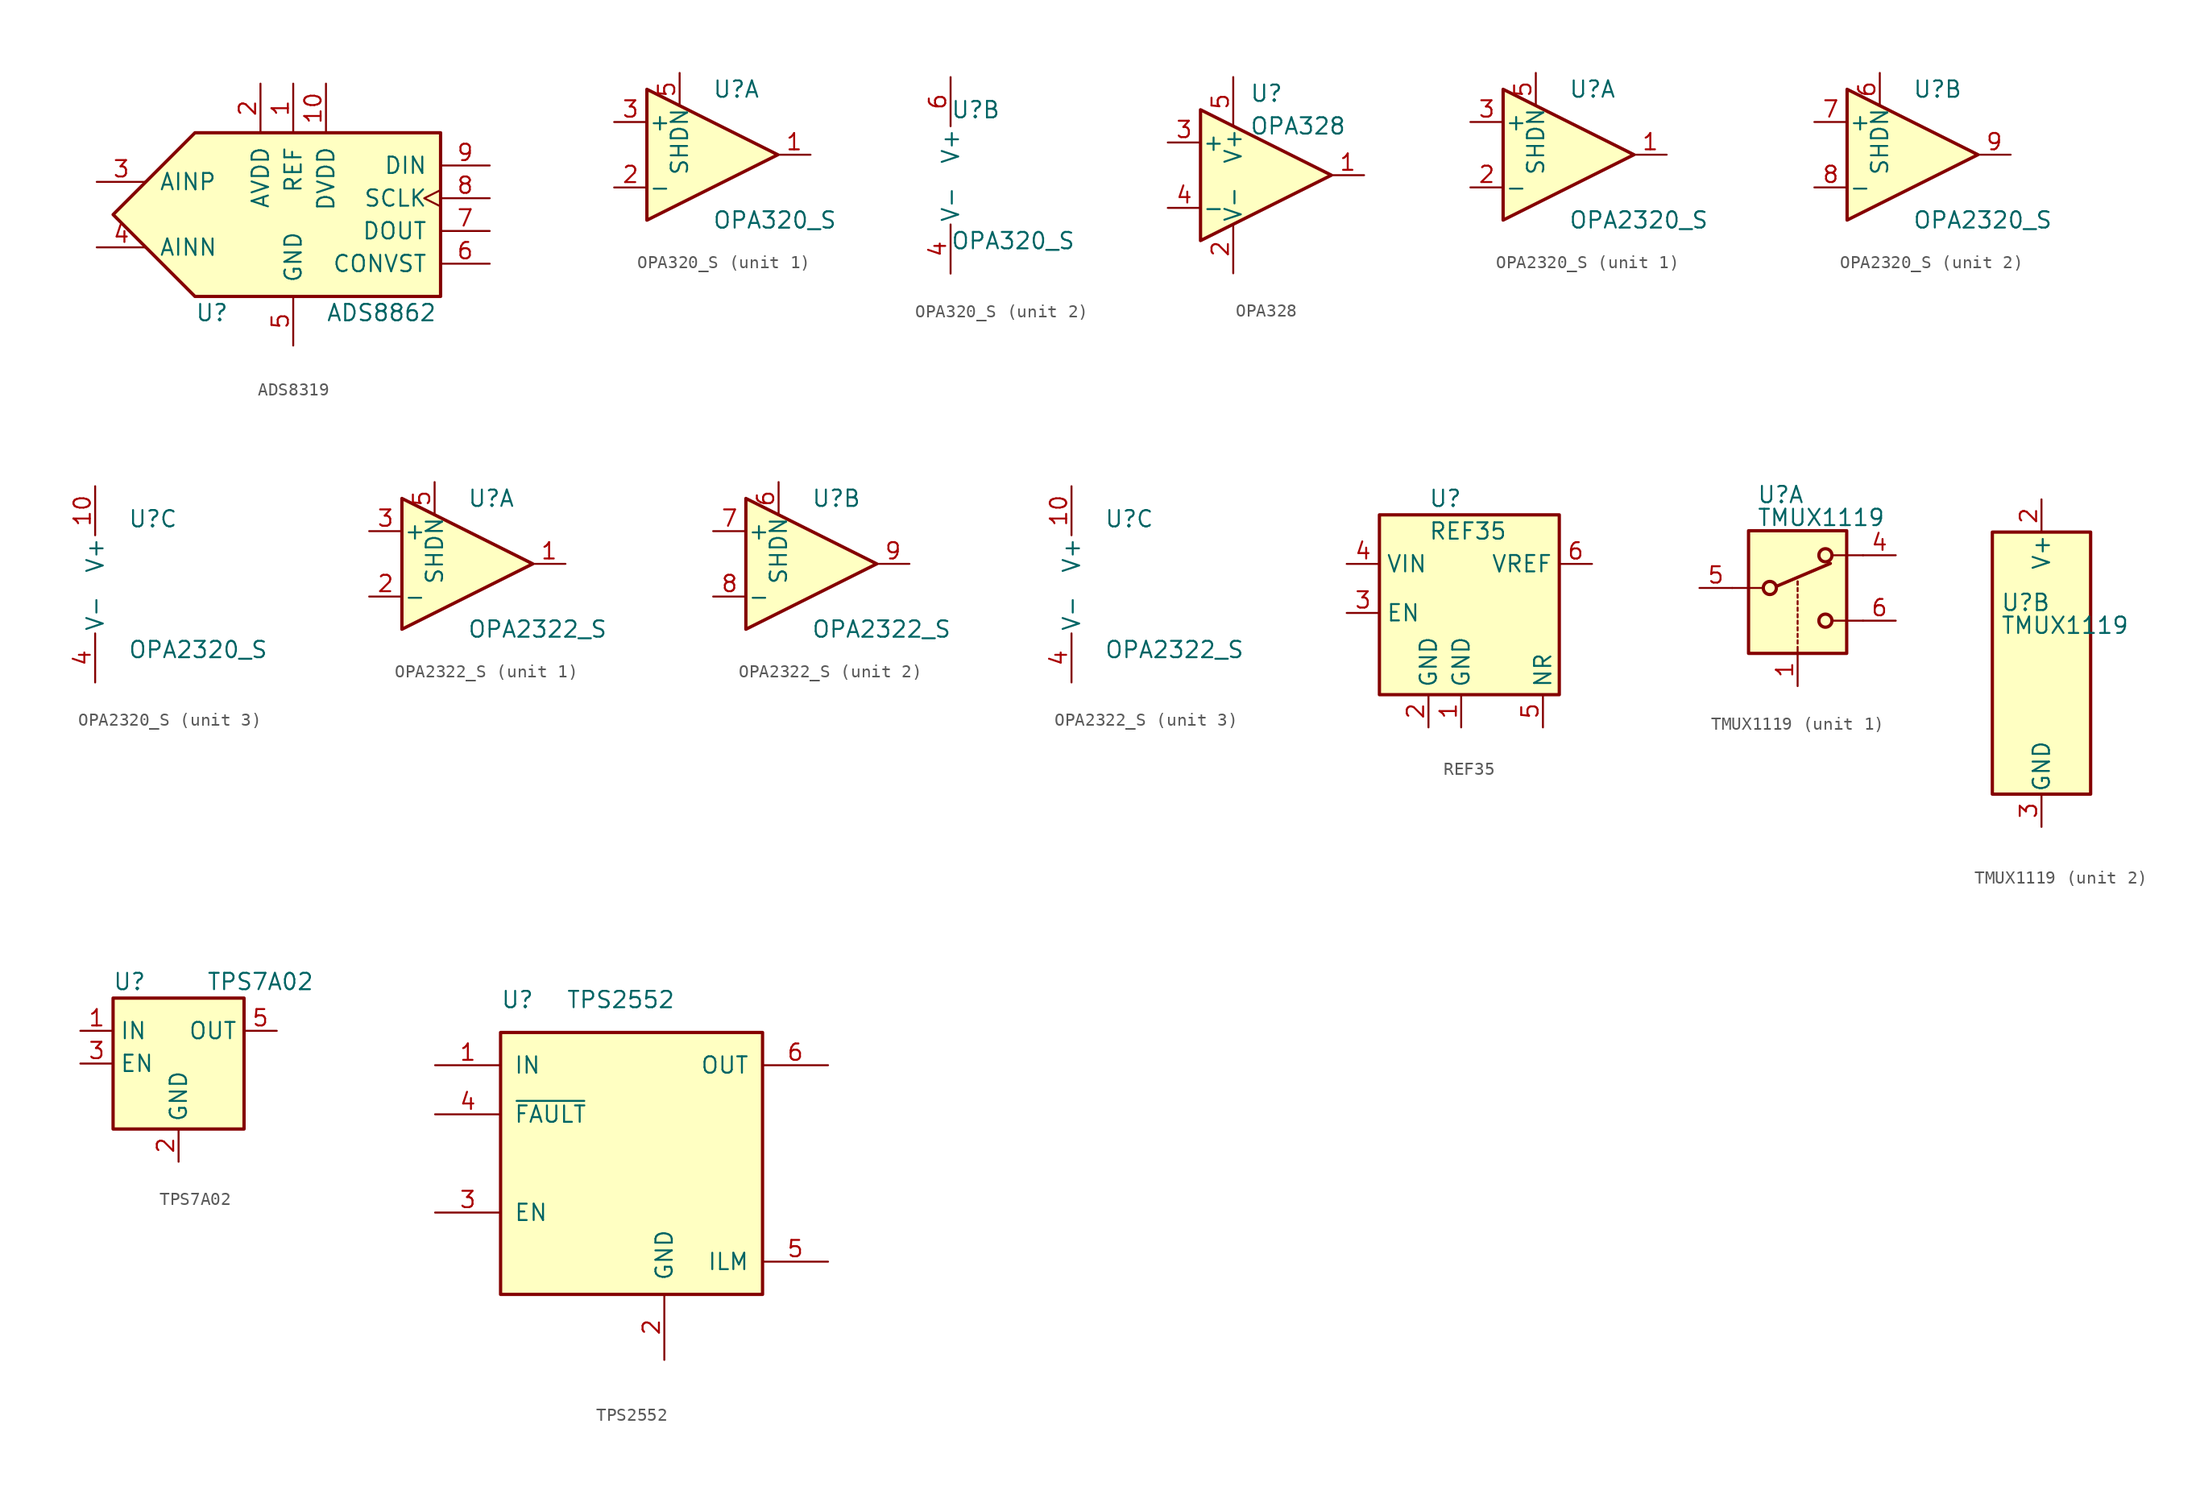
<source format=kicad_sym>
(kicad_symbol_lib
  (version 20220914)
  (generator kicad_symbol_editor)
  (symbol "ADS8319"
    (pin_names
      (offset 1.016))
    (property "Reference" "U"
      (at -7.62 -7.62 0)
      (effects (font (size 1.27 1.27)) (justify left)))
    (property "Value" "ADS8862"
      (at 2.54 -7.62 0)
      (effects (font (size 1.27 1.27)) (justify left)))
    (symbol "ADS8319_0_1"
      (polyline (pts (xy -13.97 0) (xy -7.62 6.35) (xy 11.43 6.35) (xy 11.43 -6.35) (xy -7.62 -6.35) (xy -13.97 0)) (stroke (width 0.254) (type default)) (fill (type background))))
    (symbol "ADS8319_1_1"
      (pin power_in line (at 0 10.16 270) (length 3.81) (name "REF" (effects (font (size 1.27 1.27)))) (number "1" (effects (font (size 1.27 1.27)))))
      (pin power_in line (at 2.54 10.16 270) (length 3.81) (name "DVDD" (effects (font (size 1.27 1.27)))) (number "10" (effects (font (size 1.27 1.27)))))
      (pin power_in line (at -2.54 10.16 270) (length 3.81) (name "AVDD" (effects (font (size 1.27 1.27)))) (number "2" (effects (font (size 1.27 1.27)))))
      (pin input line (at -15.24 2.54 0) (length 3.81) (name "AINP" (effects (font (size 1.27 1.27)))) (number "3" (effects (font (size 1.27 1.27)))))
      (pin input line (at -15.24 -2.54 0) (length 3.81) (name "AINN" (effects (font (size 1.27 1.27)))) (number "4" (effects (font (size 1.27 1.27)))))
      (pin power_in line (at 0 -10.16 90) (length 3.81) (name "GND" (effects (font (size 1.27 1.27)))) (number "5" (effects (font (size 1.27 1.27)))))
      (pin input line (at 15.24 -3.81 180) (length 3.81) (name "CONVST" (effects (font (size 1.27 1.27)))) (number "6" (effects (font (size 1.27 1.27)))))
      (pin input line (at 15.24 -1.27 180) (length 3.81) (name "DOUT" (effects (font (size 1.27 1.27)))) (number "7" (effects (font (size 1.27 1.27)))))
      (pin input clock (at 15.24 1.27 180) (length 3.81) (name "SCLK" (effects (font (size 1.27 1.27)))) (number "8" (effects (font (size 1.27 1.27)))))
      (pin output line (at 15.24 3.81 180) (length 3.81) (name "DIN" (effects (font (size 1.27 1.27)))) (number "9" (effects (font (size 1.27 1.27)))))))
  (symbol "OPA320_S"
    (pin_names
      (offset 0.127))
    (property "Reference" "U"
      (at 0 5.08 0)
      (effects (font (size 1.27 1.27)) (justify left)))
    (property "Value" "OPA320_S"
      (at 0 -5.08 0)
      (effects (font (size 1.27 1.27)) (justify left)))
    (property "ki_locked" ""
      (at 0 0 0)
      (effects (font (size 1.27 1.27))))
    (symbol "OPA320_S_1_1"
      (polyline (pts (xy -5.08 5.08) (xy 5.08 0) (xy -5.08 -5.08) (xy -5.08 5.08)) (stroke (width 0.254) (type default)) (fill (type background)))
      (pin output line (at 7.62 0 180) (length 2.54) (name "~" (effects (font (size 1.27 1.27)))) (number "1" (effects (font (size 1.27 1.27)))))
      (pin input line (at -7.62 -2.54 0) (length 2.54) (name "-" (effects (font (size 1.27 1.27)))) (number "2" (effects (font (size 1.27 1.27)))))
      (pin input line (at -7.62 2.54 0) (length 2.54) (name "+" (effects (font (size 1.27 1.27)))) (number "3" (effects (font (size 1.27 1.27)))))
      (pin input line (at -2.54 6.35 270) (length 2.54) (name "SHDN" (effects (font (size 1.27 1.27)))) (number "5" (effects (font (size 1.27 1.27))))))
    (symbol "OPA320_S_2_1"
      (pin power_in line (at 0 -7.62 90) (length 3.81) (name "V-" (effects (font (size 1.27 1.27)))) (number "4" (effects (font (size 1.27 1.27)))))
      (pin power_in line (at 0 7.62 270) (length 3.81) (name "V+" (effects (font (size 1.27 1.27)))) (number "6" (effects (font (size 1.27 1.27)))))))
  (symbol "OPA328"
    (pin_names
      (offset 0.127))
    (property "Reference" "U"
      (at -1.27 6.35 0)
      (effects (font (size 1.27 1.27)) (justify left)))
    (property "Value" "OPA328"
      (at -1.27 3.81 0)
      (effects (font (size 1.27 1.27)) (justify left)))
    (symbol "OPA328_0_1"
      (polyline (pts (xy -5.08 5.08) (xy 5.08 0) (xy -5.08 -5.08) (xy -5.08 5.08)) (stroke (width 0.254) (type default)) (fill (type background)))
      (pin power_in line (at -2.54 -7.62 90) (length 3.81) (name "V-" (effects (font (size 1.27 1.27)))) (number "2" (effects (font (size 1.27 1.27)))))
      (pin power_in line (at -2.54 7.62 270) (length 3.81) (name "V+" (effects (font (size 1.27 1.27)))) (number "5" (effects (font (size 1.27 1.27))))))
    (symbol "OPA328_1_1"
      (pin output line (at 7.62 0 180) (length 2.54) (name "~" (effects (font (size 1.27 1.27)))) (number "1" (effects (font (size 1.27 1.27)))))
      (pin input line (at -7.62 2.54 0) (length 2.54) (name "+" (effects (font (size 1.27 1.27)))) (number "3" (effects (font (size 1.27 1.27)))))
      (pin input line (at -7.62 -2.54 0) (length 2.54) (name "-" (effects (font (size 1.27 1.27)))) (number "4" (effects (font (size 1.27 1.27)))))))
  (symbol "OPA2320_S"
    (pin_names
      (offset 0.127))
    (property "Reference" "U"
      (at 0 5.08 0)
      (effects (font (size 1.27 1.27)) (justify left)))
    (property "Value" "OPA2320_S"
      (at 0 -5.08 0)
      (effects (font (size 1.27 1.27)) (justify left)))
    (property "ki_locked" ""
      (at 0 0 0)
      (effects (font (size 1.27 1.27))))
    (symbol "OPA2320_S_1_1"
      (polyline (pts (xy -5.08 5.08) (xy 5.08 0) (xy -5.08 -5.08) (xy -5.08 5.08)) (stroke (width 0.254) (type default)) (fill (type background)))
      (pin output line (at 7.62 0 180) (length 2.54) (name "~" (effects (font (size 1.27 1.27)))) (number "1" (effects (font (size 1.27 1.27)))))
      (pin input line (at -7.62 -2.54 0) (length 2.54) (name "-" (effects (font (size 1.27 1.27)))) (number "2" (effects (font (size 1.27 1.27)))))
      (pin input line (at -7.62 2.54 0) (length 2.54) (name "+" (effects (font (size 1.27 1.27)))) (number "3" (effects (font (size 1.27 1.27)))))
      (pin input line (at -2.54 6.35 270) (length 2.54) (name "SHDN" (effects (font (size 1.27 1.27)))) (number "5" (effects (font (size 1.27 1.27))))))
    (symbol "OPA2320_S_2_1"
      (polyline (pts (xy -5.08 5.08) (xy 5.08 0) (xy -5.08 -5.08) (xy -5.08 5.08)) (stroke (width 0.254) (type default)) (fill (type background)))
      (pin output line (at -2.54 6.35 270) (length 2.54) (name "SHDN" (effects (font (size 1.27 1.27)))) (number "6" (effects (font (size 1.27 1.27)))))
      (pin input line (at -7.62 2.54 0) (length 2.54) (name "+" (effects (font (size 1.27 1.27)))) (number "7" (effects (font (size 1.27 1.27)))))
      (pin input line (at -7.62 -2.54 0) (length 2.54) (name "-" (effects (font (size 1.27 1.27)))) (number "8" (effects (font (size 1.27 1.27)))))
      (pin output line (at 7.62 0 180) (length 2.54) (name "~" (effects (font (size 1.27 1.27)))) (number "9" (effects (font (size 1.27 1.27))))))
    (symbol "OPA2320_S_3_1"
      (pin power_in line (at -2.54 7.62 270) (length 3.81) (name "V+" (effects (font (size 1.27 1.27)))) (number "10" (effects (font (size 1.27 1.27)))))
      (pin power_in line (at -2.54 -7.62 90) (length 3.81) (name "V-" (effects (font (size 1.27 1.27)))) (number "4" (effects (font (size 1.27 1.27)))))))
  (symbol "OPA2322_S"
    (pin_names
      (offset 0.127))
    (property "Reference" "U"
      (at 0 5.08 0)
      (effects (font (size 1.27 1.27)) (justify left)))
    (property "Value" "OPA2322_S"
      (at 0 -5.08 0)
      (effects (font (size 1.27 1.27)) (justify left)))
    (property "ki_locked" ""
      (at 0 0 0)
      (effects (font (size 1.27 1.27))))
    (symbol "OPA2322_S_1_1"
      (polyline (pts (xy -5.08 5.08) (xy 5.08 0) (xy -5.08 -5.08) (xy -5.08 5.08)) (stroke (width 0.254) (type default)) (fill (type background)))
      (pin output line (at 7.62 0 180) (length 2.54) (name "~" (effects (font (size 1.27 1.27)))) (number "1" (effects (font (size 1.27 1.27)))))
      (pin input line (at -7.62 -2.54 0) (length 2.54) (name "-" (effects (font (size 1.27 1.27)))) (number "2" (effects (font (size 1.27 1.27)))))
      (pin input line (at -7.62 2.54 0) (length 2.54) (name "+" (effects (font (size 1.27 1.27)))) (number "3" (effects (font (size 1.27 1.27)))))
      (pin input line (at -2.54 6.35 270) (length 2.54) (name "SHDN" (effects (font (size 1.27 1.27)))) (number "5" (effects (font (size 1.27 1.27))))))
    (symbol "OPA2322_S_2_1"
      (polyline (pts (xy -5.08 5.08) (xy 5.08 0) (xy -5.08 -5.08) (xy -5.08 5.08)) (stroke (width 0.254) (type default)) (fill (type background)))
      (pin output line (at -2.54 6.35 270) (length 2.54) (name "SHDN" (effects (font (size 1.27 1.27)))) (number "6" (effects (font (size 1.27 1.27)))))
      (pin input line (at -7.62 2.54 0) (length 2.54) (name "+" (effects (font (size 1.27 1.27)))) (number "7" (effects (font (size 1.27 1.27)))))
      (pin input line (at -7.62 -2.54 0) (length 2.54) (name "-" (effects (font (size 1.27 1.27)))) (number "8" (effects (font (size 1.27 1.27)))))
      (pin output line (at 7.62 0 180) (length 2.54) (name "~" (effects (font (size 1.27 1.27)))) (number "9" (effects (font (size 1.27 1.27))))))
    (symbol "OPA2322_S_3_1"
      (pin power_in line (at -2.54 7.62 270) (length 3.81) (name "V+" (effects (font (size 1.27 1.27)))) (number "10" (effects (font (size 1.27 1.27)))))
      (pin power_in line (at -2.54 -7.62 90) (length 3.81) (name "V-" (effects (font (size 1.27 1.27)))) (number "4" (effects (font (size 1.27 1.27)))))))
  (symbol "REF35"
    (property "Reference" "U"
      (at -2.54 8.89 0)
      (effects (font (size 1.27 1.27)) (justify left)))
    (property "Value" "REF35"
      (at -2.54 6.35 0)
      (effects (font (size 1.27 1.27)) (justify left)))
    (symbol "REF35_0_1"
      (rectangle (start -6.35 7.62) (end 7.62 -6.35) (stroke (width 0.254) (type default)) (fill (type background))))
    (symbol "REF35_1_1"
      (pin power_in line (at 0 -8.89 90) (length 2.54) (name "GND" (effects (font (size 1.27 1.27)))) (number "1" (effects (font (size 1.27 1.27)))))
      (pin no_connect line (at 2.54 -5.08 90) (length 2.54) hide (name "NC" (effects (font (size 1.27 1.27)))) (number "1" (effects (font (size 1.27 1.27)))))
      (pin power_in line (at -2.54 -8.89 90) (length 2.54) (name "GND" (effects (font (size 1.27 1.27)))) (number "2" (effects (font (size 1.27 1.27)))))
      (pin input line (at -8.89 0 0) (length 2.54) (name "EN" (effects (font (size 1.27 1.27)))) (number "3" (effects (font (size 1.27 1.27)))))
      (pin power_in line (at -8.89 3.81 0) (length 2.54) (name "VIN" (effects (font (size 1.27 1.27)))) (number "4" (effects (font (size 1.27 1.27)))))
      (pin passive line (at 6.35 -8.89 90) (length 2.54) (name "NR" (effects (font (size 1.27 1.27)))) (number "5" (effects (font (size 1.27 1.27)))))
      (pin power_out line (at 10.16 3.81 180) (length 2.54) (name "VREF" (effects (font (size 1.27 1.27)))) (number "6" (effects (font (size 1.27 1.27)))))))
  (symbol "TMUX1119"
    (pin_names
      (offset 0.127))
    (property "Reference" "U"
      (at -3.175 4.699 0)
      (effects (font (size 1.27 1.27)) (justify left)))
    (property "Value" "TMUX1119"
      (at -3.175 2.921 0)
      (effects (font (size 1.27 1.27)) (justify left)))
    (symbol "TMUX1119_1_1"
      (rectangle (start -3.81 1.905) (end 3.81 -7.62) (stroke (width 0.254) (type default)) (fill (type background)))
      (circle (center -2.159 -2.54) (radius 0.508) (stroke (width 0.254) (type default)) (fill (type none)))
      (polyline (pts (xy -5.08 -2.54) (xy -2.794 -2.54)) (stroke (width 0) (type default)) (fill (type none)))
      (polyline (pts (xy -1.651 -2.413) (xy 2.54 -0.635)) (stroke (width 0.254) (type default)) (fill (type none)))
      (polyline (pts (xy 0 -7.62) (xy 0 -7.112)) (stroke (width 0) (type default)) (fill (type none)))
      (polyline (pts (xy 0 -6.858) (xy 0 -6.604)) (stroke (width 0) (type default)) (fill (type none)))
      (polyline (pts (xy 0 -6.35) (xy 0 -6.096)) (stroke (width 0) (type default)) (fill (type none)))
      (polyline (pts (xy 0 -5.842) (xy 0 -5.588)) (stroke (width 0) (type default)) (fill (type none)))
      (polyline (pts (xy 0 -5.334) (xy 0 -5.08)) (stroke (width 0) (type default)) (fill (type none)))
      (polyline (pts (xy 0 -4.826) (xy 0 -4.572)) (stroke (width 0) (type default)) (fill (type none)))
      (polyline (pts (xy 0 -4.318) (xy 0 -4.064)) (stroke (width 0) (type default)) (fill (type none)))
      (polyline (pts (xy 0 -3.81) (xy 0 -3.556)) (stroke (width 0) (type default)) (fill (type none)))
      (polyline (pts (xy 0 -3.302) (xy 0 -3.048)) (stroke (width 0) (type default)) (fill (type none)))
      (polyline (pts (xy 0 -2.794) (xy 0 -2.54)) (stroke (width 0) (type default)) (fill (type none)))
      (polyline (pts (xy 0 -2.286) (xy 0 -2.032)) (stroke (width 0) (type default)) (fill (type none)))
      (polyline (pts (xy 0 -2.286) (xy 0 -2.032)) (stroke (width 0) (type default)) (fill (type none)))
      (polyline (pts (xy 5.08 -5.08) (xy 2.794 -5.08)) (stroke (width 0) (type default)) (fill (type none)))
      (polyline (pts (xy 5.08 0) (xy 2.794 0)) (stroke (width 0) (type default)) (fill (type none)))
      (circle (center 2.159 -5.08) (radius 0.508) (stroke (width 0.254) (type default)) (fill (type none)))
      (circle (center 2.159 0) (radius 0.508) (stroke (width 0.254) (type default)) (fill (type none)))
      (pin input line (at 0 -10.16 90) (length 2.54) (name "~" (effects (font (size 1.27 1.27)))) (number "1" (effects (font (size 1.27 1.27)))))
      (pin passive line (at 7.62 0 180) (length 2.54) (name "~" (effects (font (size 1.27 1.27)))) (number "4" (effects (font (size 1.27 1.27)))))
      (pin passive line (at -7.62 -2.54 0) (length 2.54) (name "~" (effects (font (size 1.27 1.27)))) (number "5" (effects (font (size 1.27 1.27)))))
      (pin passive line (at 7.62 -5.08 180) (length 2.54) (name "~" (effects (font (size 1.27 1.27)))) (number "6" (effects (font (size 1.27 1.27))))))
    (symbol "TMUX1119_2_0"
      (pin power_in line (at 0 12.7 270) (length 2.54) (name "V+" (effects (font (size 1.27 1.27)))) (number "2" (effects (font (size 1.27 1.27)))))
      (pin power_in line (at 0 -12.7 90) (length 2.54) (name "GND" (effects (font (size 1.27 1.27)))) (number "3" (effects (font (size 1.27 1.27))))))
    (symbol "TMUX1119_2_1"
      (rectangle (start -3.81 10.16) (end 3.81 -10.16) (stroke (width 0.254) (type default)) (fill (type background)))))
  (symbol "TPS7A02"
    (property "Reference" "U"
      (at -3.81 6.35 0)
      (effects (font (size 1.27 1.27))))
    (property "Value" "TPS7A02"
      (at 6.35 6.35 0)
      (effects (font (size 1.27 1.27))))
    (symbol "TPS7A02_0_1"
      (rectangle (start -5.08 -5.08) (end 5.08 5.08) (stroke (width 0.254) (type default)) (fill (type background)))
      (pin power_in line (at -7.62 2.54 0) (length 2.54) (name "IN" (effects (font (size 1.27 1.27)))) (number "1" (effects (font (size 1.27 1.27)))))
      (pin power_in line (at 0 -7.62 90) (length 2.54) (name "GND" (effects (font (size 1.27 1.27)))) (number "2" (effects (font (size 1.27 1.27)))))
      (pin input line (at -7.62 0 0) (length 2.54) (name "EN" (effects (font (size 1.27 1.27)))) (number "3" (effects (font (size 1.27 1.27)))))
      (pin no_connect line (at 5.08 0 180) (length 2.54) hide (name "NC" (effects (font (size 1.27 1.27)))) (number "4" (effects (font (size 1.27 1.27)))))
      (pin power_out line (at 7.62 2.54 180) (length 2.54) (name "OUT" (effects (font (size 1.27 1.27)))) (number "5" (effects (font (size 1.27 1.27)))))))
  (symbol "TPS2552"
    (pin_names
      (offset 1.016))
    (property "Reference" "U"
      (at -10.16 12.7 0)
      (effects (font (size 1.27 1.27)) (justify left)))
    (property "Value" "TPS2552"
      (at -5.08 12.7 0)
      (effects (font (size 1.27 1.27)) (justify left)))
    (symbol "TPS2552_0_1"
      (rectangle (start -10.16 10.16) (end 10.16 -10.16) (stroke (width 0.254) (type default)) (fill (type background))))
    (symbol "TPS2552_1_1"
      (pin power_in line (at -15.24 7.62 0) (length 5.08) (name "IN" (effects (font (size 1.27 1.27)))) (number "1" (effects (font (size 1.27 1.27)))))
      (pin power_in line (at 2.54 -15.24 90) (length 5.08) (name "GND" (effects (font (size 1.27 1.27)))) (number "2" (effects (font (size 1.27 1.27)))))
      (pin input line (at -15.24 -3.81 0) (length 5.08) (name "EN" (effects (font (size 1.27 1.27)))) (number "3" (effects (font (size 1.27 1.27)))))
      (pin output line (at -15.24 3.81 0) (length 5.08) (name "~{FAULT}" (effects (font (size 1.27 1.27)))) (number "4" (effects (font (size 1.27 1.27)))))
      (pin output line (at 15.24 -7.62 180) (length 5.08) (name "ILM" (effects (font (size 1.27 1.27)))) (number "5" (effects (font (size 1.27 1.27)))))
      (pin output line (at 15.24 7.62 180) (length 5.08) (name "OUT" (effects (font (size 1.27 1.27)))) (number "6" (effects (font (size 1.27 1.27))))))))
</source>
